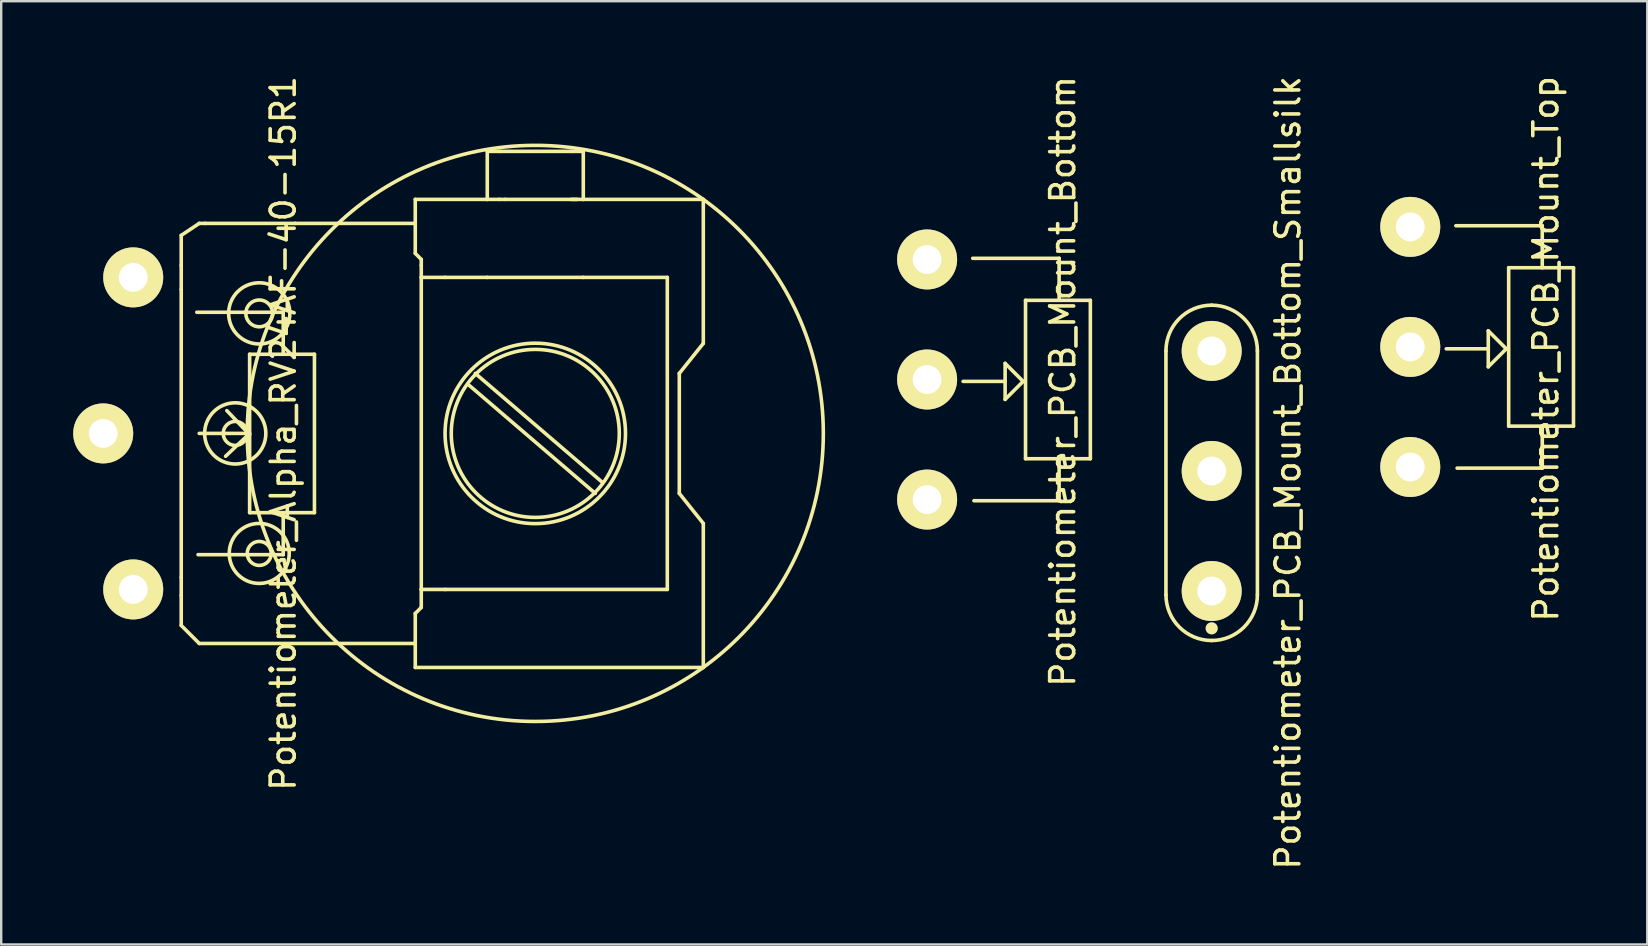
<source format=kicad_pcb>
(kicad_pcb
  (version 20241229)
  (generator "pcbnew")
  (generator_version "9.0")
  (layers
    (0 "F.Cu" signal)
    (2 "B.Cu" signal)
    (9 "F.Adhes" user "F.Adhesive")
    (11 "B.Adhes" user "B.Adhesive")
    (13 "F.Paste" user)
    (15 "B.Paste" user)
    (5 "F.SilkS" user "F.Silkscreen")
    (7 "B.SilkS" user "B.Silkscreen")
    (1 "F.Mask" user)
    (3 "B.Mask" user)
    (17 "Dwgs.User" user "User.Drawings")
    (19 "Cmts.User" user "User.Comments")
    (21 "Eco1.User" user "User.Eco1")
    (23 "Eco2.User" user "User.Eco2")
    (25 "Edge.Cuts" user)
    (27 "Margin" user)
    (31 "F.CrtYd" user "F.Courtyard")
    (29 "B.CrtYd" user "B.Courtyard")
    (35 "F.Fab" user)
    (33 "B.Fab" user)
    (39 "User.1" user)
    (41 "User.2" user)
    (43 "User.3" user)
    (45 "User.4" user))
  (footprint "Potentiometer_Alpha_RV24AF-40-15R1"
    (layer "F.Cu")
    (at 3.25 10.006)
    (property "Reference" "Potentiometer_Alpha_RV24AF-40-15R1" (at 5.5 5 90) (layer "F.SilkS") (effects (font (size 1 1) (thickness 0.15))))
    (attr through_hole)
    (fp_line (start 1.25 -3.25) (end 1.25 -2) (stroke (width 0.15) (type solid)) (layer "F.SilkS"))
    (fp_line (start 1.25 -2) (end 1.25 -1) (stroke (width 0.15) (type solid)) (layer "F.SilkS"))
    (fp_line (start 1.25 -1) (end 1.25 11) (stroke (width 0.15) (type solid)) (layer "F.SilkS"))
    (fp_line (start 1.25 11.75) (end 1.25 11) (stroke (width 0.15) (type solid)) (layer "F.SilkS"))
    (fp_line (start 1.25 13) (end 1.25 11.75) (stroke (width 0.15) (type solid)) (layer "F.SilkS"))
    (fp_line (start 2 -3.75) (end 1.25 -3.25) (stroke (width 0.15) (type solid)) (layer "F.SilkS"))
    (fp_line (start 2 5) (end 4 5) (stroke (width 0.15) (type solid)) (layer "F.SilkS"))
    (fp_line (start 2 13.75) (end 1.25 13) (stroke (width 0.15) (type solid)) (layer "F.SilkS"))
    (fp_line (start 2 13.75) (end 11 13.75) (stroke (width 0.15) (type solid)) (layer "F.SilkS"))
    (fp_line (start 2.25 -3.75) (end 2 -3.75) (stroke (width 0.15) (type solid)) (layer "F.SilkS"))
    (fp_line (start 4.1 1.702) (end 6.8 1.702) (stroke (width 0.15) (type solid)) (layer "F.SilkS"))
    (fp_line (start 4.1 5.001) (end 3.099 5.951) (stroke (width 0.15) (type solid)) (layer "F.SilkS"))
    (fp_line (start 4.1 5.052) (end 3.15 4.051) (stroke (width 0.15) (type solid)) (layer "F.SilkS"))
    (fp_line (start 4.1 8.301) (end 4.1 1.702) (stroke (width 0.15) (type solid)) (layer "F.SilkS"))
    (fp_line (start 5.499 -0.048) (end 1.9 -0.048) (stroke (width 0.15) (type solid)) (layer "F.SilkS"))
    (fp_line (start 5.499 1.702) (end 5.499 -0.048) (stroke (width 0.15) (type solid)) (layer "F.SilkS"))
    (fp_line (start 5.499 8.301) (end 5.499 10.051) (stroke (width 0.15) (type solid)) (layer "F.SilkS"))
    (fp_line (start 5.499 10.051) (end 1.951 10.051) (stroke (width 0.15) (type solid)) (layer "F.SilkS"))
    (fp_line (start 6 -3.75) (end 2.25 -3.75) (stroke (width 0.15) (type solid)) (layer "F.SilkS"))
    (fp_line (start 6 -3.75) (end 11 -3.75) (stroke (width 0.15) (type solid)) (layer "F.SilkS"))
    (fp_line (start 6.8 1.702) (end 6.8 8.301) (stroke (width 0.15) (type solid)) (layer "F.SilkS"))
    (fp_line (start 6.8 8.301) (end 4.1 8.301) (stroke (width 0.15) (type solid)) (layer "F.SilkS"))
    (fp_line (start 11 -4.75) (end 11 -3.75) (stroke (width 0.15) (type solid)) (layer "F.SilkS"))
    (fp_line (start 11 -3.75) (end 11 -2.5) (stroke (width 0.15) (type solid)) (layer "F.SilkS"))
    (fp_line (start 11 -2.5) (end 11.25 -2.25) (stroke (width 0.15) (type solid)) (layer "F.SilkS"))
    (fp_line (start 11 13.75) (end 11 12.5) (stroke (width 0.15) (type solid)) (layer "F.SilkS"))
    (fp_line (start 11 14.75) (end 11 13.75) (stroke (width 0.15) (type solid)) (layer "F.SilkS"))
    (fp_line (start 11.25 -2.25) (end 11.25 -2) (stroke (width 0.15) (type solid)) (layer "F.SilkS"))
    (fp_line (start 11.25 -2) (end 11.25 -1.5) (stroke (width 0.15) (type solid)) (layer "F.SilkS"))
    (fp_line (start 11.25 -1.5) (end 11.25 11.5) (stroke (width 0.15) (type solid)) (layer "F.SilkS"))
    (fp_line (start 11.25 11.5) (end 11.25 12.25) (stroke (width 0.15) (type solid)) (layer "F.SilkS"))
    (fp_line (start 11.25 11.5) (end 12.25 11.5) (stroke (width 0.15) (type solid)) (layer "F.SilkS"))
    (fp_line (start 11.25 12.25) (end 11 12.5) (stroke (width 0.15) (type solid)) (layer "F.SilkS"))
    (fp_line (start 12.25 -1.5) (end 11.25 -1.5) (stroke (width 0.15) (type solid)) (layer "F.SilkS"))
    (fp_line (start 12.25 11.5) (end 21.5 11.5) (stroke (width 0.15) (type solid)) (layer "F.SilkS"))
    (fp_line (start 13.25 3) (end 18.5 7.5) (stroke (width 0.15) (type solid)) (layer "F.SilkS"))
    (fp_line (start 13.5 2.5) (end 18.75 7) (stroke (width 0.15) (type solid)) (layer "F.SilkS"))
    (fp_line (start 14 -6.75) (end 14.5 -6.75) (stroke (width 0.15) (type solid)) (layer "F.SilkS"))
    (fp_line (start 14 -4.75) (end 11 -4.75) (stroke (width 0.15) (type solid)) (layer "F.SilkS"))
    (fp_line (start 14 -4.75) (end 14 -6.75) (stroke (width 0.15) (type solid)) (layer "F.SilkS"))
    (fp_line (start 14 -1.5) (end 12.25 -1.5) (stroke (width 0.15) (type solid)) (layer "F.SilkS"))
    (fp_line (start 14 -1.5) (end 18 -1.5) (stroke (width 0.15) (type solid)) (layer "F.SilkS"))
    (fp_line (start 14.5 -4.75) (end 14 -4.75) (stroke (width 0.15) (type solid)) (layer "F.SilkS"))
    (fp_line (start 14.75 -4.75) (end 14.5 -4.75) (stroke (width 0.15) (type solid)) (layer "F.SilkS"))
    (fp_line (start 14.75 -4.75) (end 17.75 -4.75) (stroke (width 0.15) (type solid)) (layer "F.SilkS"))
    (fp_line (start 17.5 -6.75) (end 14.5 -6.75) (stroke (width 0.15) (type solid)) (layer "F.SilkS"))
    (fp_line (start 17.5 -6.75) (end 18 -6.75) (stroke (width 0.15) (type solid)) (layer "F.SilkS"))
    (fp_line (start 18 -6.75) (end 18 -4.75) (stroke (width 0.15) (type solid)) (layer "F.SilkS"))
    (fp_line (start 18 -4.75) (end 17.5 -4.75) (stroke (width 0.15) (type solid)) (layer "F.SilkS"))
    (fp_line (start 21.5 -1.5) (end 18 -1.5) (stroke (width 0.15) (type solid)) (layer "F.SilkS"))
    (fp_line (start 21.5 11.5) (end 21.5 -1.5) (stroke (width 0.15) (type solid)) (layer "F.SilkS"))
    (fp_line (start 22 2.5) (end 22 7.5) (stroke (width 0.15) (type solid)) (layer "F.SilkS"))
    (fp_line (start 22 7.5) (end 23 8.75) (stroke (width 0.15) (type solid)) (layer "F.SilkS"))
    (fp_line (start 23 -4.75) (end 18 -4.75) (stroke (width 0.15) (type solid)) (layer "F.SilkS"))
    (fp_line (start 23 -4.75) (end 23 1.25) (stroke (width 0.15) (type solid)) (layer "F.SilkS"))
    (fp_line (start 23 1.25) (end 22 2.5) (stroke (width 0.15) (type solid)) (layer "F.SilkS"))
    (fp_line (start 23 8.75) (end 23 14.75) (stroke (width 0.15) (type solid)) (layer "F.SilkS"))
    (fp_line (start 23 14.75) (end 11 14.75) (stroke (width 0.15) (type solid)) (layer "F.SilkS"))
    (fp_circle (center 3.5 5) (end 3.5 5.5) (stroke (width 0.15) (type solid)) (fill no) (layer "F.SilkS"))
    (fp_circle (center 3.5 5) (end 3.75 6.25) (stroke (width 0.15) (type solid)) (fill no) (layer "F.SilkS"))
    (fp_circle (center 4.5 0) (end 4.75 0.5) (stroke (width 0.15) (type solid)) (fill no) (layer "F.SilkS"))
    (fp_circle (center 4.5 0) (end 4.75 1.25) (stroke (width 0.15) (type solid)) (fill no) (layer "F.SilkS"))
    (fp_circle (center 4.5 10) (end 4.5 8.75) (stroke (width 0.15) (type solid)) (fill no) (layer "F.SilkS"))
    (fp_circle (center 4.5 10) (end 4.5 9.5) (stroke (width 0.15) (type solid)) (fill no) (layer "F.SilkS"))
    (fp_circle (center 16 5) (end 16 -7) (stroke (width 0.15) (type solid)) (fill no) (layer "F.SilkS"))
    (fp_circle (center 16 5) (end 16 1.5) (stroke (width 0.15) (type solid)) (fill no) (layer "F.SilkS"))
    (fp_circle (center 16 5) (end 16.25 1.25) (stroke (width 0.15) (type solid)) (fill no) (layer "F.SilkS"))
    (pad "1" thru_hole circle (at -0.75 -1.5) (size 2.499 2.499) (drill 1.199) (layers "*.Cu" "*.Mask" "F.SilkS"))
    (pad "2" thru_hole circle (at -2 5) (size 2.499 2.499) (drill 1.199) (layers "*.Cu" "*.Mask" "F.SilkS"))
    (pad "3" thru_hole circle (at -0.75 11.5) (size 2.499 2.499) (drill 1.199) (layers "*.Cu" "*.Mask" "F.SilkS")))
  (footprint "Potentiometer_PCB_Mount_Bottom_Smallsilk"
    (layer "F.Cu")
    (at 47.429 16.649)
    (property "Reference" "Potentiometer_PCB_Mount_Bottom_Smallsilk" (at 3.175 0 90) (layer "F.SilkS") (effects (font (size 1 1) (thickness 0.15))))
    (attr through_hole)
    (fp_line (start -1.905 -5.08) (end -1.905 5.08) (stroke (width 0.15) (type solid)) (layer "F.SilkS"))
    (fp_line (start -0.127 6.477) (end 0.127 6.477) (stroke (width 0.15) (type solid)) (layer "F.SilkS"))
    (fp_line (start 1.905 5.08) (end 1.905 -5.08) (stroke (width 0.15) (type solid)) (layer "F.SilkS"))
    (fp_arc (start -1.905 -5.08) (mid -1.347038 -6.427038) (end 0 -6.985) (stroke (width 0.15) (type solid)) (layer "F.SilkS"))
    (fp_arc (start 0 -6.985) (mid 1.347038 -6.427038) (end 1.905 -5.08) (stroke (width 0.15) (type solid)) (layer "F.SilkS"))
    (fp_arc (start 0 6.985) (mid -1.347038 6.427038) (end -1.905 5.08) (stroke (width 0.15) (type solid)) (layer "F.SilkS"))
    (fp_arc (start 1.905 5.08) (mid 1.347038 6.427038) (end 0 6.985) (stroke (width 0.15) (type solid)) (layer "F.SilkS"))
    (fp_circle (center 0 6.477) (end 0.127 6.477) (stroke (width 0.15) (type solid)) (fill no) (layer "F.SilkS"))
    (fp_circle (center 0 6.477) (end 0.127 6.604) (stroke (width 0.15) (type solid)) (fill no) (layer "F.SilkS"))
    (pad "1" thru_hole circle (at 0 4.923) (size 2.499 2.499) (drill 1.199) (layers "*.Cu" "*.Mask" "F.SilkS"))
    (pad "2" thru_hole circle (at 0 -0.079) (size 2.499 2.499) (drill 1.199) (layers "*.Cu" "*.Mask" "F.SilkS"))
    (pad "3" thru_hole circle (at 0 -5.08) (size 2.499 2.499) (drill 1.199) (layers "*.Cu" "*.Mask" "F.SilkS")))
  (footprint "Potentiometer_PCB_Mount_Bottom"
    (layer "F.Cu")
    (at 35.574 12.839)
    (property "Reference" "Potentiometer_PCB_Mount_Bottom" (at 5.65 0 90) (layer "F.SilkS") (effects (font (size 1 1) (thickness 0.15))))
    (attr through_hole)
    (fp_line (start 3.25 -0.75) (end 3.25 0.75) (stroke (width 0.15) (type solid)) (layer "F.SilkS"))
    (fp_line (start 3.25 0) (end 1.5 0) (stroke (width 0.15) (type solid)) (layer "F.SilkS"))
    (fp_line (start 4 0) (end 3.25 -0.75) (stroke (width 0.15) (type solid)) (layer "F.SilkS"))
    (fp_line (start 4 0) (end 3.25 0.75) (stroke (width 0.15) (type solid)) (layer "F.SilkS"))
    (fp_line (start 4.1 -3.378) (end 6.8 -3.378) (stroke (width 0.15) (type solid)) (layer "F.SilkS"))
    (fp_line (start 4.1 3.221) (end 4.1 -3.378) (stroke (width 0.15) (type solid)) (layer "F.SilkS"))
    (fp_line (start 5.499 -5.128) (end 1.9 -5.128) (stroke (width 0.15) (type solid)) (layer "F.SilkS"))
    (fp_line (start 5.499 -3.378) (end 5.499 -5.128) (stroke (width 0.15) (type solid)) (layer "F.SilkS"))
    (fp_line (start 5.499 3.221) (end 5.499 4.971) (stroke (width 0.15) (type solid)) (layer "F.SilkS"))
    (fp_line (start 5.499 4.971) (end 1.951 4.971) (stroke (width 0.15) (type solid)) (layer "F.SilkS"))
    (fp_line (start 6.8 -3.378) (end 6.8 3.221) (stroke (width 0.15) (type solid)) (layer "F.SilkS"))
    (fp_line (start 6.8 3.221) (end 4.1 3.221) (stroke (width 0.15) (type solid)) (layer "F.SilkS"))
    (pad "1" thru_hole circle (at 0 4.923) (size 2.499 2.499) (drill 1.199) (layers "*.Cu" "*.Mask" "F.SilkS"))
    (pad "2" thru_hole circle (at 0 -0.079) (size 2.499 2.499) (drill 1.199) (layers "*.Cu" "*.Mask" "F.SilkS"))
    (pad "3" thru_hole circle (at 0 -5.08) (size 2.499 2.499) (drill 1.199) (layers "*.Cu" "*.Mask" "F.SilkS")))
  (footprint "Potentiometer_PCB_Mount_Top"
    (layer "F.Cu")
    (at 55.702 11.482)
    (property "Reference" "Potentiometer_PCB_Mount_Top" (at 5.65 0 90) (layer "F.SilkS") (effects (font (size 1 1) (thickness 0.15))))
    (attr through_hole)
    (fp_line (start 3.25 -0.75) (end 3.25 0.75) (stroke (width 0.15) (type solid)) (layer "F.SilkS"))
    (fp_line (start 3.25 0) (end 1.5 0) (stroke (width 0.15) (type solid)) (layer "F.SilkS"))
    (fp_line (start 4 0) (end 3.25 -0.75) (stroke (width 0.15) (type solid)) (layer "F.SilkS"))
    (fp_line (start 4 0) (end 3.25 0.75) (stroke (width 0.15) (type solid)) (layer "F.SilkS"))
    (fp_line (start 4.1 -3.378) (end 6.8 -3.378) (stroke (width 0.15) (type solid)) (layer "F.SilkS"))
    (fp_line (start 4.1 3.221) (end 4.1 -3.378) (stroke (width 0.15) (type solid)) (layer "F.SilkS"))
    (fp_line (start 5.499 -5.128) (end 1.9 -5.128) (stroke (width 0.15) (type solid)) (layer "F.SilkS"))
    (fp_line (start 5.499 -3.378) (end 5.499 -5.128) (stroke (width 0.15) (type solid)) (layer "F.SilkS"))
    (fp_line (start 5.499 3.221) (end 5.499 4.971) (stroke (width 0.15) (type solid)) (layer "F.SilkS"))
    (fp_line (start 5.499 4.971) (end 1.951 4.971) (stroke (width 0.15) (type solid)) (layer "F.SilkS"))
    (fp_line (start 6.8 -3.378) (end 6.8 3.221) (stroke (width 0.15) (type solid)) (layer "F.SilkS"))
    (fp_line (start 6.8 3.221) (end 4.1 3.221) (stroke (width 0.15) (type solid)) (layer "F.SilkS"))
    (pad "1" thru_hole circle (at 0 -5.08) (size 2.499 2.499) (drill 1.199) (layers "*.Cu" "*.Mask" "F.SilkS"))
    (pad "2" thru_hole circle (at 0 -0.079) (size 2.499 2.499) (drill 1.199) (layers "*.Cu" "*.Mask" "F.SilkS"))
    (pad "3" thru_hole circle (at 0 4.923) (size 2.499 2.499) (drill 1.199) (layers "*.Cu" "*.Mask" "F.SilkS")))
  (gr_rect
    (start -3 -3)
    (end 65.576 36.298)
    (stroke (width 0.1) (type default))
    (fill no)
    (layer "Edge.Cuts")))
</source>
